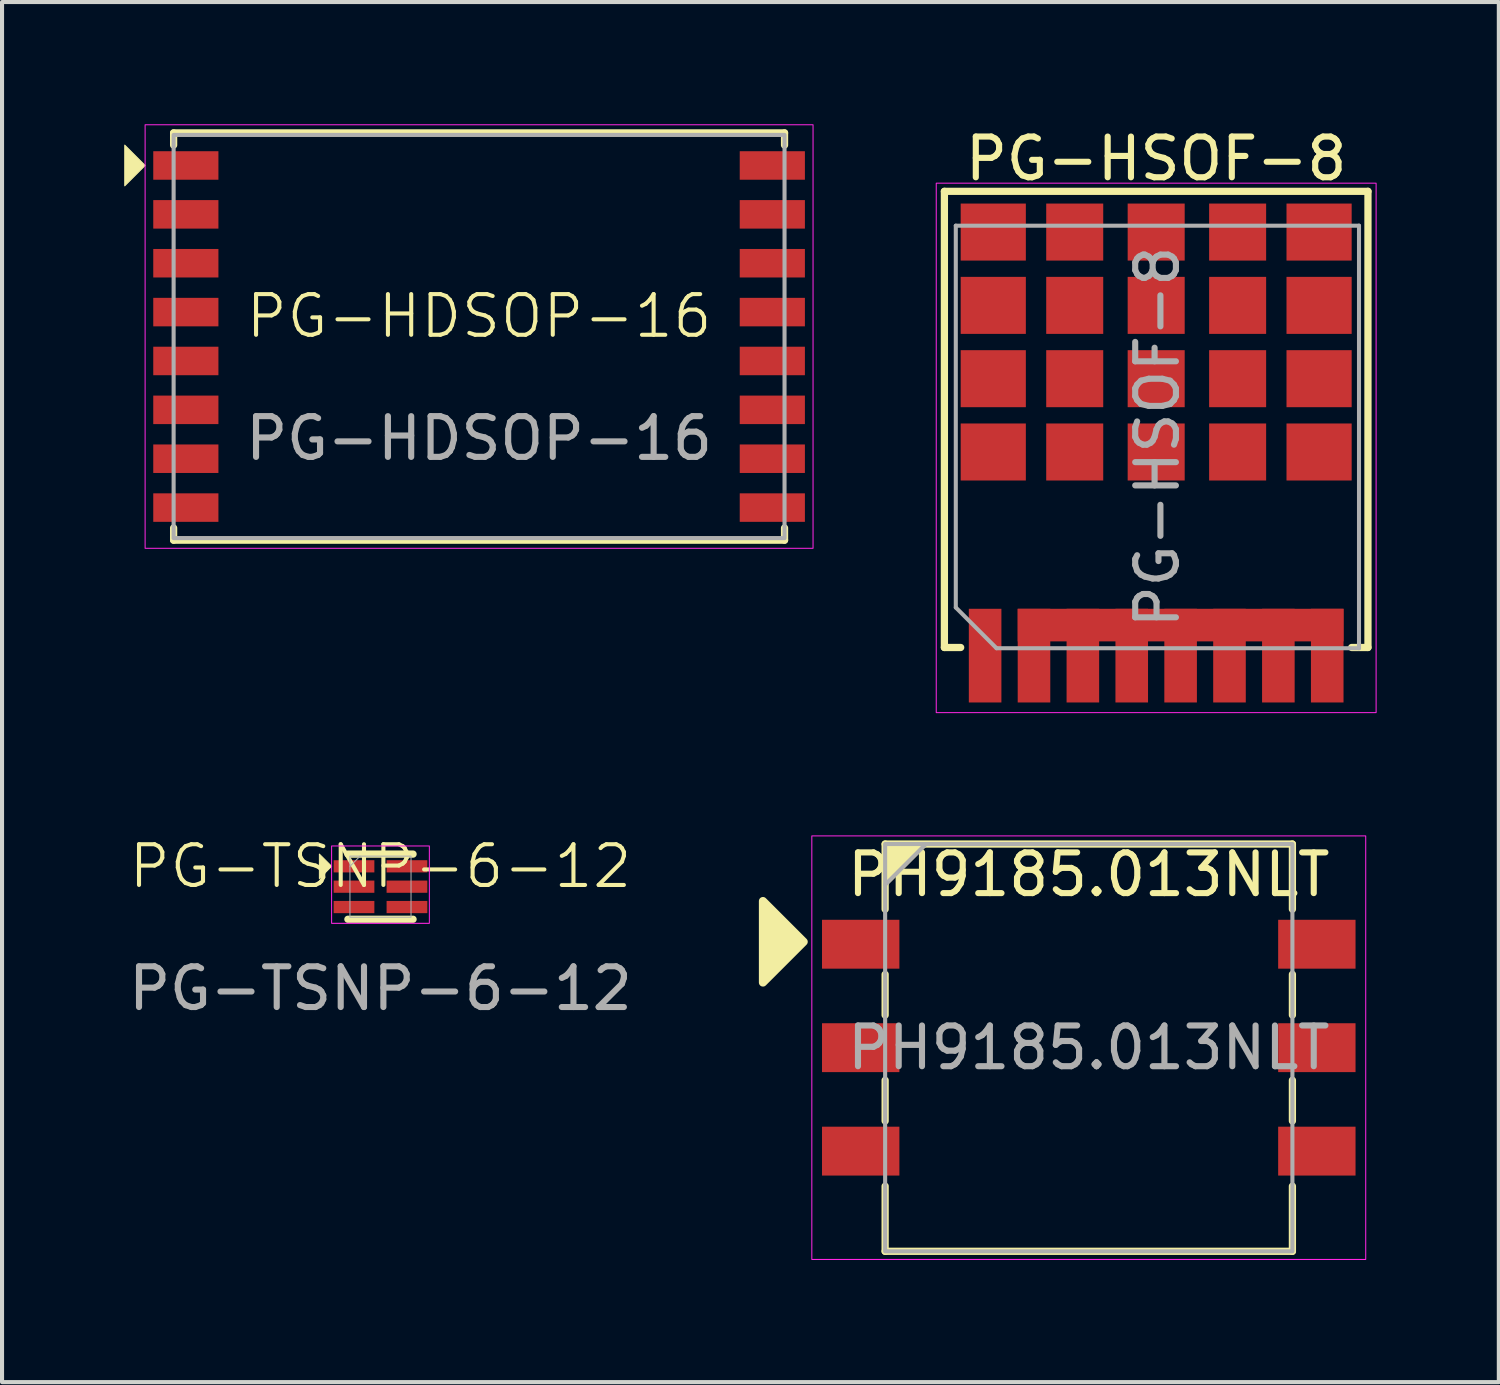
<source format=kicad_pcb>
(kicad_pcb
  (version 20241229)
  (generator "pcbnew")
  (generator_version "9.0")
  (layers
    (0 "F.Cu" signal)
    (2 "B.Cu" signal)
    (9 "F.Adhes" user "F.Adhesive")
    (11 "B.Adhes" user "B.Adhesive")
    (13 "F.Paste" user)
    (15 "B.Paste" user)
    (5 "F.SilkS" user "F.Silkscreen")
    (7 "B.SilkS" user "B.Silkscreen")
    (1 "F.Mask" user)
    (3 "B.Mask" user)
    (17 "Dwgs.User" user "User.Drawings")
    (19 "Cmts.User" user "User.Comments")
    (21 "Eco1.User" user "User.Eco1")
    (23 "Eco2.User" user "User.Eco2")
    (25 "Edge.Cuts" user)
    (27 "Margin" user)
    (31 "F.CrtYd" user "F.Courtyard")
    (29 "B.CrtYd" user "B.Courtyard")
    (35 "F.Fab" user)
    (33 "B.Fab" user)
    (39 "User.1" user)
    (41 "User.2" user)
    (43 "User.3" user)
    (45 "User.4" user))
  (footprint "PG-HDSOP-16"
    (layer "F.Cu")
    (at 8.713 5.213)
    (property "Reference" "PG-HDSOP-16" (at 0 -0.5 0) (unlocked yes) (layer "F.SilkS") (effects (font (size 1 1) (thickness 0.1))))
    (attr smd)
    (fp_line (start -7.5 -5) (end -7.5 -4.7) (stroke (width 0.178) (type default)) (layer "F.SilkS"))
    (fp_line (start -7.5 4.7) (end -7.5 5) (stroke (width 0.178) (type default)) (layer "F.SilkS"))
    (fp_line (start -7.5 5) (end 7.5 5) (stroke (width 0.178) (type default)) (layer "F.SilkS"))
    (fp_line (start 7.5 -5) (end -7.5 -5) (stroke (width 0.178) (type default)) (layer "F.SilkS"))
    (fp_line (start 7.5 -4.7) (end 7.5 -5) (stroke (width 0.178) (type default)) (layer "F.SilkS"))
    (fp_line (start 7.5 5) (end 7.5 4.7) (stroke (width 0.178) (type default)) (layer "F.SilkS"))
    (fp_poly (pts (xy -8.2 -4.2) (xy -8.7 -4.7) (xy -8.7 -3.7)) (stroke (width 0.025) (type solid)) (fill yes) (layer "F.SilkS"))
    (fp_rect (start -8.2 -5.2) (end 8.2 5.2) (stroke (width 0.025) (type default)) (fill no) (layer "F.CrtYd"))
    (fp_rect (start -7.5 4.95) (end 7.5 -4.95) (stroke (width 0.1) (type default)) (fill no) (layer "F.Fab"))
    (fp_text user "${REFERENCE}" (at 0 2.5 0) (unlocked yes) (layer "F.Fab") (effects (font (size 1 1) (thickness 0.15))))
    (pad "D" smd rect (at 7.2 -4.2) (size 1.6 0.7) (layers "F.Cu" "F.Mask" "F.Paste"))
    (pad "D" smd rect (at 7.2 -3) (size 1.6 0.7) (layers "F.Cu" "F.Mask" "F.Paste"))
    (pad "D" smd rect (at 7.2 -1.8) (size 1.6 0.7) (layers "F.Cu" "F.Mask" "F.Paste"))
    (pad "D" smd rect (at 7.2 -0.6) (size 1.6 0.7) (layers "F.Cu" "F.Mask" "F.Paste"))
    (pad "D" smd rect (at 7.2 0.6) (size 1.6 0.7) (layers "F.Cu" "F.Mask" "F.Paste"))
    (pad "D" smd rect (at 7.2 1.8) (size 1.6 0.7) (layers "F.Cu" "F.Mask" "F.Paste"))
    (pad "D" smd rect (at 7.2 3) (size 1.6 0.7) (layers "F.Cu" "F.Mask" "F.Paste"))
    (pad "D" smd rect (at 7.2 4.2) (size 1.6 0.7) (layers "F.Cu" "F.Mask" "F.Paste"))
    (pad "G" smd rect (at -7.2 4.2) (size 1.6 0.7) (layers "F.Cu" "F.Mask" "F.Paste"))
    (pad "S" smd rect (at -7.2 -4.2) (size 1.6 0.7) (layers "F.Cu" "F.Mask" "F.Paste"))
    (pad "S" smd rect (at -7.2 -3) (size 1.6 0.7) (layers "F.Cu" "F.Mask" "F.Paste"))
    (pad "S" smd rect (at -7.2 -1.8) (size 1.6 0.7) (layers "F.Cu" "F.Mask" "F.Paste"))
    (pad "S" smd rect (at -7.2 -0.6) (size 1.6 0.7) (layers "F.Cu" "F.Mask" "F.Paste"))
    (pad "S" smd rect (at -7.2 0.6) (size 1.6 0.7) (layers "F.Cu" "F.Mask" "F.Paste"))
    (pad "S" smd rect (at -7.2 1.8) (size 1.6 0.7) (layers "F.Cu" "F.Mask" "F.Paste"))
    (pad "S" smd rect (at -7.2 3) (size 1.6 0.7) (layers "F.Cu" "F.Mask" "F.Paste")))
  (footprint "PG-TSNP-6-12"
    (layer "F.Cu")
    (at 6.292 18.721)
    (property "Reference" "PG-TSNP-6-12" (at 0 -0.5 0) (unlocked yes) (layer "F.SilkS") (effects (font (size 1 1) (thickness 0.1))))
    (attr smd)
    (fp_line (start -0.8 -0.8) (end 0.8 -0.8) (stroke (width 0.178) (type default)) (layer "F.SilkS"))
    (fp_line (start -0.8 0.8) (end 0.8 0.8) (stroke (width 0.178) (type default)) (layer "F.SilkS"))
    (fp_poly (pts (xy -1.2 -0.5) (xy -1.5 -0.8) (xy -1.5 -0.2)) (stroke (width 0.025) (type solid)) (fill yes) (layer "F.SilkS"))
    (fp_rect (start -1.2 -1) (end 1.2 0.9) (stroke (width 0.025) (type default)) (fill no) (layer "F.CrtYd"))
    (fp_line (start -0.75 -0.5) (end -0.5 -0.75) (stroke (width 0.025) (type default)) (layer "F.Fab"))
    (fp_rect (start -0.75 0.75) (end 0.75 -0.75) (stroke (width 0.025) (type default)) (fill no) (layer "F.Fab"))
    (fp_text user "${REFERENCE}" (at 0 2.5 0) (unlocked yes) (layer "F.Fab") (effects (font (size 1 1) (thickness 0.15))))
    (pad "1" smd rect (at -0.65 -0.5) (size 1 0.3) (layers "F.Cu" "F.Mask" "F.Paste"))
    (pad "2" smd rect (at -0.65 0) (size 1 0.3) (layers "F.Cu" "F.Mask" "F.Paste"))
    (pad "3" smd rect (at -0.65 0.5) (size 1 0.3) (layers "F.Cu" "F.Mask" "F.Paste"))
    (pad "4" smd rect (at 0.65 0.5) (size 1 0.3) (layers "F.Cu" "F.Mask" "F.Paste"))
    (pad "5" smd rect (at 0.65 0) (size 1 0.3) (layers "F.Cu" "F.Mask" "F.Paste"))
    (pad "6" smd rect (at 0.65 -0.5) (size 1 0.3) (layers "F.Cu" "F.Mask" "F.Paste")))
  (footprint "PG-HSOF-8"
    (layer "F.Cu")
    (at 25.338 7.848)
    (property "Reference" "PG-HSOF-8" (at 0 -7 180) (layer "F.SilkS") (effects (font (size 1 1) (thickness 0.15))))
    (attr smd)
    (fp_line (start -5.2 -6.2) (end 5.2 -6.2) (stroke (width 0.178) (type default)) (layer "F.SilkS"))
    (fp_line (start -5.2 5) (end -5.2 -6.2) (stroke (width 0.178) (type default)) (layer "F.SilkS"))
    (fp_line (start -4.8 5) (end -5.2 5) (stroke (width 0.178) (type default)) (layer "F.SilkS"))
    (fp_line (start 4.8 5) (end 5.2 5) (stroke (width 0.178) (type default)) (layer "F.SilkS"))
    (fp_line (start 5.2 -6.2) (end 5.2 5) (stroke (width 0.178) (type default)) (layer "F.SilkS"))
    (fp_rect (start -5.4 -6.4) (end 5.4 6.6) (stroke (width 0.025) (type default)) (fill no) (layer "F.CrtYd"))
    (fp_line (start -4.92 -5.357) (end 4.98 -5.357) (stroke (width 0.1) (type solid)) (layer "F.Fab"))
    (fp_line (start -4.92 4.018) (end -4.92 -5.357) (stroke (width 0.1) (type solid)) (layer "F.Fab"))
    (fp_line (start -4.92 4.018) (end -3.92 5.018) (stroke (width 0.1) (type solid)) (layer "F.Fab"))
    (fp_line (start 4.98 -5.357) (end 4.98 5.018) (stroke (width 0.1) (type solid)) (layer "F.Fab"))
    (fp_line (start 4.98 5.018) (end -3.92 5.018) (stroke (width 0.1) (type solid)) (layer "F.Fab"))
    (fp_text user "${REFERENCE}" (at 0.03 -0.17 90) (layer "F.Fab") (effects (font (size 1 1) (thickness 0.15))))
    (pad "D" smd rect (at -4 -5.2) (size 1.6 1.4) (layers "F.Cu" "F.Mask" "F.Paste"))
    (pad "D" smd rect (at -4 -3.4) (size 1.6 1.4) (layers "F.Cu" "F.Mask" "F.Paste"))
    (pad "D" smd rect (at -4 -1.6) (size 1.6 1.4) (layers "F.Cu" "F.Mask" "F.Paste"))
    (pad "D" smd rect (at -4 0.2) (size 1.6 1.4) (layers "F.Cu" "F.Mask" "F.Paste"))
    (pad "D" smd rect (at -2 -5.2) (size 1.4 1.4) (layers "F.Cu" "F.Mask" "F.Paste"))
    (pad "D" smd rect (at -2 -3.4) (size 1.4 1.4) (layers "F.Cu" "F.Mask" "F.Paste"))
    (pad "D" smd rect (at -2 -1.6) (size 1.4 1.4) (layers "F.Cu" "F.Mask" "F.Paste"))
    (pad "D" smd rect (at -2 0.2) (size 1.4 1.4) (layers "F.Cu" "F.Mask" "F.Paste"))
    (pad "D" smd rect (at 0 -5.2) (size 1.4 1.4) (layers "F.Cu" "F.Mask" "F.Paste"))
    (pad "D" smd rect (at 0 -3.4) (size 1.4 1.4) (layers "F.Cu" "F.Mask" "F.Paste"))
    (pad "D" smd rect (at 0 -1.6) (size 1.4 1.4) (layers "F.Cu" "F.Mask" "F.Paste"))
    (pad "D" smd rect (at 0 0.2) (size 1.4 1.4) (layers "F.Cu" "F.Mask" "F.Paste"))
    (pad "D" smd rect (at 2 -5.2) (size 1.4 1.4) (layers "F.Cu" "F.Mask" "F.Paste"))
    (pad "D" smd rect (at 2 -3.4) (size 1.4 1.4) (layers "F.Cu" "F.Mask" "F.Paste"))
    (pad "D" smd rect (at 2 -1.6) (size 1.4 1.4) (layers "F.Cu" "F.Mask" "F.Paste"))
    (pad "D" smd rect (at 2 0.2) (size 1.4 1.4) (layers "F.Cu" "F.Mask" "F.Paste"))
    (pad "D" smd rect (at 4 -5.2) (size 1.6 1.4) (layers "F.Cu" "F.Mask" "F.Paste"))
    (pad "D" smd rect (at 4 -3.4) (size 1.6 1.4) (layers "F.Cu" "F.Mask" "F.Paste"))
    (pad "D" smd rect (at 4 -1.6) (size 1.6 1.4) (layers "F.Cu" "F.Mask" "F.Paste"))
    (pad "D" smd rect (at 4 0.2) (size 1.6 1.4) (layers "F.Cu" "F.Mask" "F.Paste"))
    (pad "G" smd rect (at -4.2 5.2 90) (size 2.3 0.8) (layers "F.Cu" "F.Mask" "F.Paste"))
    (pad "S" smd rect (at -3 5.2 90) (size 2.3 0.8) (layers "F.Cu" "F.Mask" "F.Paste"))
    (pad "S" smd rect (at -1.8 5.2 90) (size 2.3 0.8) (layers "F.Cu" "F.Mask" "F.Paste"))
    (pad "S" smd rect (at -0.6 5.2 90) (size 2.3 0.8) (layers "F.Cu" "F.Mask" "F.Paste"))
    (pad "S" smd custom (at 0.6 4.45 90) (size 0.8 8) (layers "F.Cu" "F.Mask") (options (anchor rect)) (primitives))
    (pad "S" smd rect (at 0.6 5.2 90) (size 2.3 0.8) (layers "F.Cu" "F.Mask" "F.Paste"))
    (pad "S" smd rect (at 1.8 5.2 90) (size 2.3 0.8) (layers "F.Cu" "F.Mask" "F.Paste"))
    (pad "S" smd rect (at 3 5.2 90) (size 2.3 0.8) (layers "F.Cu" "F.Mask" "F.Paste"))
    (pad "S" smd rect (at 4.2 5.2 90) (size 2.3 0.8) (layers "F.Cu" "F.Mask" "F.Paste")))
  (footprint "PH9185.013NLT"
    (layer "F.Cu")
    (at 23.683 22.674)
    (property "Reference" "PH9185.013NLT" (at 0 -4.25 0) (unlocked yes) (layer "F.SilkS") (effects (font (size 1 1) (thickness 0.15))))
    (attr smd)
    (fp_line (start -5 -5) (end 5 -5) (stroke (width 0.178) (type solid)) (layer "F.SilkS"))
    (fp_line (start -5 -3.4) (end -5 -5) (stroke (width 0.178) (type solid)) (layer "F.SilkS"))
    (fp_line (start -5 -0.8) (end -5 -1.8) (stroke (width 0.178) (type solid)) (layer "F.SilkS"))
    (fp_line (start -5 0.8) (end -5 1.8) (stroke (width 0.178) (type solid)) (layer "F.SilkS"))
    (fp_line (start -5 3.4) (end -5 5) (stroke (width 0.178) (type solid)) (layer "F.SilkS"))
    (fp_line (start -5 5) (end 5 5) (stroke (width 0.178) (type solid)) (layer "F.SilkS"))
    (fp_line (start 5 -5) (end 5 -3.4) (stroke (width 0.178) (type solid)) (layer "F.SilkS"))
    (fp_line (start 5 -0.8) (end 5 -1.8) (stroke (width 0.178) (type solid)) (layer "F.SilkS"))
    (fp_line (start 5 1.8) (end 5 0.8) (stroke (width 0.178) (type solid)) (layer "F.SilkS"))
    (fp_line (start 5 5) (end 5 3.4) (stroke (width 0.178) (type solid)) (layer "F.SilkS"))
    (fp_poly (pts (xy -7 -2.6) (xy -8 -1.6) (xy -8 -3.6)) (stroke (width 0.2) (type solid)) (fill yes) (layer "F.SilkS"))
    (fp_poly (pts (xy -5 -5) (xy -5 -4) (xy -4 -5)) (stroke (width 0.1) (type solid)) (fill yes) (layer "F.SilkS"))
    (fp_rect (start -6.8 -5.2) (end 6.8 5.2) (stroke (width 0.025) (type solid)) (fill no) (layer "F.CrtYd"))
    (fp_line (start -5 -4) (end -4 -5) (stroke (width 0.1) (type default)) (layer "F.Fab"))
    (fp_rect (start -5 -5) (end 5 5) (stroke (width 0.1) (type solid)) (fill no) (layer "F.Fab"))
    (fp_text user "${REFERENCE}" (at 0 0 0) (unlocked yes) (layer "F.Fab") (effects (font (size 1 1) (thickness 0.15))))
    (pad "1" smd rect (at -5.6 -2.54) (size 1.9 1.2) (layers "F.Cu" "F.Mask" "F.Paste"))
    (pad "2" smd rect (at -5.6 0) (size 1.9 1.2) (layers "F.Cu" "F.Mask" "F.Paste"))
    (pad "3" smd rect (at -5.6 2.54) (size 1.9 1.2) (layers "F.Cu" "F.Mask" "F.Paste"))
    (pad "4" smd rect (at 5.6 2.54) (size 1.9 1.2) (layers "F.Cu" "F.Mask" "F.Paste"))
    (pad "5" smd rect (at 5.6 0) (size 1.9 1.2) (layers "F.Cu" "F.Mask" "F.Paste"))
    (pad "6" smd rect (at 5.6 -2.54) (size 1.9 1.2) (layers "F.Cu" "F.Mask" "F.Paste")))
  (gr_rect
    (start -3 -3)
    (end 33.751 30.886)
    (stroke (width 0.1) (type default))
    (fill no)
    (layer "Edge.Cuts")))
</source>
